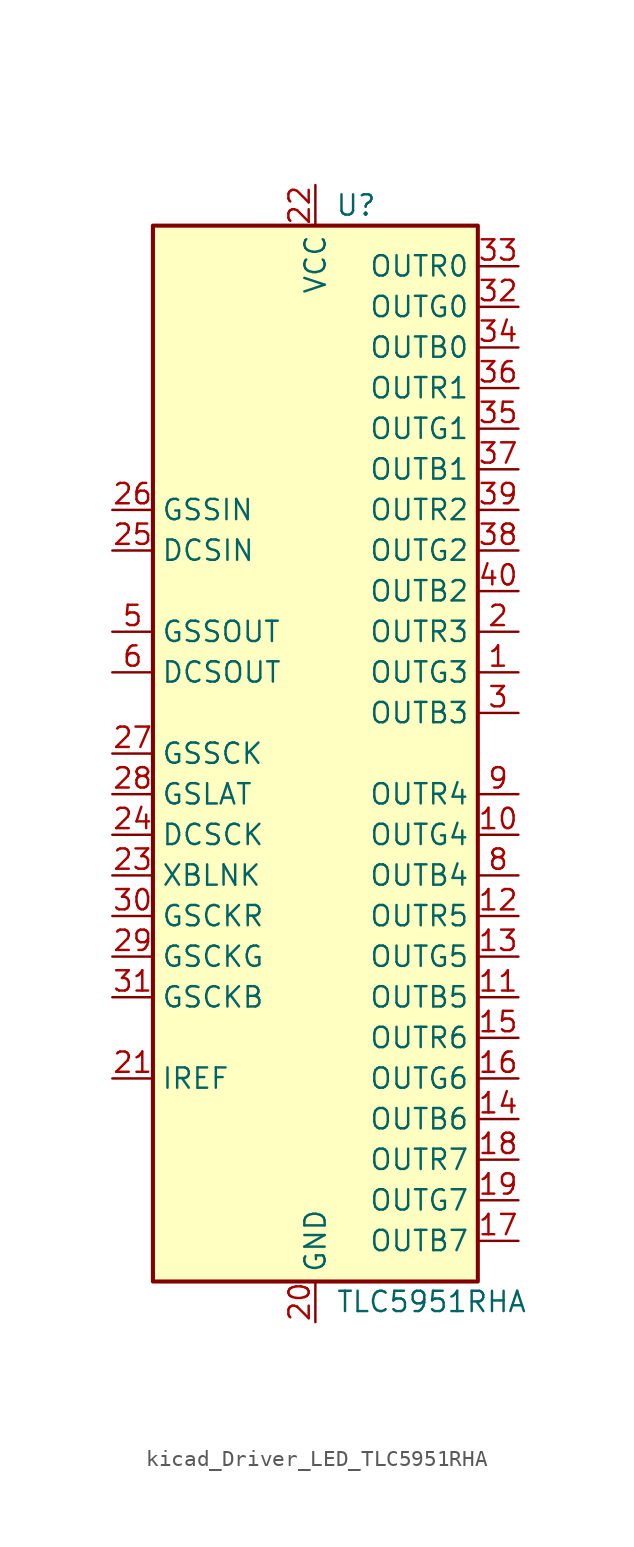
<source format=kicad_sym>
(kicad_symbol_lib
  (version 20220914)
  (generator kicad_symbol_editor)
  (symbol "kicad_Driver_LED_TLC5951RHA"
    (property "Reference" "U"
      (at 2.54 34.29 0)
      (effects (font (size 1.27 1.27))))
    (property "Value" "TLC5951RHA"
      (at 1.27 -34.29 0)
      (effects (font (size 1.27 1.27)) (justify left)))
    (symbol "kicad_Driver_LED_TLC5951RHA_0_1"
      (rectangle (start -10.16 33.02) (end 10.16 -33.02) (stroke (width 0.254) (type default)) (fill (type background)))
      (pin open_collector line (at 12.7 5.08 180) (length 2.54) (name "OUTG3" (effects (font (size 1.27 1.27)))) (number "1" (effects (font (size 1.27 1.27)))))
      (pin open_collector line (at 12.7 -5.08 180) (length 2.54) (name "OUTG4" (effects (font (size 1.27 1.27)))) (number "10" (effects (font (size 1.27 1.27)))))
      (pin open_collector line (at 12.7 -15.24 180) (length 2.54) (name "OUTB5" (effects (font (size 1.27 1.27)))) (number "11" (effects (font (size 1.27 1.27)))))
      (pin open_collector line (at 12.7 -10.16 180) (length 2.54) (name "OUTR5" (effects (font (size 1.27 1.27)))) (number "12" (effects (font (size 1.27 1.27)))))
      (pin open_collector line (at 12.7 -12.7 180) (length 2.54) (name "OUTG5" (effects (font (size 1.27 1.27)))) (number "13" (effects (font (size 1.27 1.27)))))
      (pin open_collector line (at 12.7 -22.86 180) (length 2.54) (name "OUTB6" (effects (font (size 1.27 1.27)))) (number "14" (effects (font (size 1.27 1.27)))))
      (pin open_collector line (at 12.7 -17.78 180) (length 2.54) (name "OUTR6" (effects (font (size 1.27 1.27)))) (number "15" (effects (font (size 1.27 1.27)))))
      (pin open_collector line (at 12.7 -20.32 180) (length 2.54) (name "OUTG6" (effects (font (size 1.27 1.27)))) (number "16" (effects (font (size 1.27 1.27)))))
      (pin open_collector line (at 12.7 -30.48 180) (length 2.54) (name "OUTB7" (effects (font (size 1.27 1.27)))) (number "17" (effects (font (size 1.27 1.27)))))
      (pin open_collector line (at 12.7 -25.4 180) (length 2.54) (name "OUTR7" (effects (font (size 1.27 1.27)))) (number "18" (effects (font (size 1.27 1.27)))))
      (pin open_collector line (at 12.7 -27.94 180) (length 2.54) (name "OUTG7" (effects (font (size 1.27 1.27)))) (number "19" (effects (font (size 1.27 1.27)))))
      (pin open_collector line (at 12.7 7.62 180) (length 2.54) (name "OUTR3" (effects (font (size 1.27 1.27)))) (number "2" (effects (font (size 1.27 1.27)))))
      (pin power_in line (at 0 -35.56 90) (length 2.54) (name "GND" (effects (font (size 1.27 1.27)))) (number "20" (effects (font (size 1.27 1.27)))))
      (pin passive line (at -12.7 -20.32 0) (length 2.54) (name "IREF" (effects (font (size 1.27 1.27)))) (number "21" (effects (font (size 1.27 1.27)))))
      (pin power_in line (at 0 35.56 270) (length 2.54) (name "VCC" (effects (font (size 1.27 1.27)))) (number "22" (effects (font (size 1.27 1.27)))))
      (pin input line (at -12.7 -7.62 0) (length 2.54) (name "XBLNK" (effects (font (size 1.27 1.27)))) (number "23" (effects (font (size 1.27 1.27)))))
      (pin input line (at -12.7 -5.08 0) (length 2.54) (name "DCSCK" (effects (font (size 1.27 1.27)))) (number "24" (effects (font (size 1.27 1.27)))))
      (pin input line (at -12.7 12.7 0) (length 2.54) (name "DCSIN" (effects (font (size 1.27 1.27)))) (number "25" (effects (font (size 1.27 1.27)))))
      (pin input line (at -12.7 15.24 0) (length 2.54) (name "GSSIN" (effects (font (size 1.27 1.27)))) (number "26" (effects (font (size 1.27 1.27)))))
      (pin input line (at -12.7 0 0) (length 2.54) (name "GSSCK" (effects (font (size 1.27 1.27)))) (number "27" (effects (font (size 1.27 1.27)))))
      (pin input line (at -12.7 -2.54 0) (length 2.54) (name "GSLAT" (effects (font (size 1.27 1.27)))) (number "28" (effects (font (size 1.27 1.27)))))
      (pin input line (at -12.7 -12.7 0) (length 2.54) (name "GSCKG" (effects (font (size 1.27 1.27)))) (number "29" (effects (font (size 1.27 1.27)))))
      (pin open_collector line (at 12.7 2.54 180) (length 2.54) (name "OUTB3" (effects (font (size 1.27 1.27)))) (number "3" (effects (font (size 1.27 1.27)))))
      (pin input line (at -12.7 -10.16 0) (length 2.54) (name "GSCKR" (effects (font (size 1.27 1.27)))) (number "30" (effects (font (size 1.27 1.27)))))
      (pin input line (at -12.7 -15.24 0) (length 2.54) (name "GSCKB" (effects (font (size 1.27 1.27)))) (number "31" (effects (font (size 1.27 1.27)))))
      (pin open_collector line (at 12.7 27.94 180) (length 2.54) (name "OUTG0" (effects (font (size 1.27 1.27)))) (number "32" (effects (font (size 1.27 1.27)))))
      (pin open_collector line (at 12.7 30.48 180) (length 2.54) (name "OUTR0" (effects (font (size 1.27 1.27)))) (number "33" (effects (font (size 1.27 1.27)))))
      (pin open_collector line (at 12.7 25.4 180) (length 2.54) (name "OUTB0" (effects (font (size 1.27 1.27)))) (number "34" (effects (font (size 1.27 1.27)))))
      (pin open_collector line (at 12.7 20.32 180) (length 2.54) (name "OUTG1" (effects (font (size 1.27 1.27)))) (number "35" (effects (font (size 1.27 1.27)))))
      (pin open_collector line (at 12.7 22.86 180) (length 2.54) (name "OUTR1" (effects (font (size 1.27 1.27)))) (number "36" (effects (font (size 1.27 1.27)))))
      (pin open_collector line (at 12.7 17.78 180) (length 2.54) (name "OUTB1" (effects (font (size 1.27 1.27)))) (number "37" (effects (font (size 1.27 1.27)))))
      (pin open_collector line (at 12.7 12.7 180) (length 2.54) (name "OUTG2" (effects (font (size 1.27 1.27)))) (number "38" (effects (font (size 1.27 1.27)))))
      (pin open_collector line (at 12.7 15.24 180) (length 2.54) (name "OUTR2" (effects (font (size 1.27 1.27)))) (number "39" (effects (font (size 1.27 1.27)))))
      (pin no_connect line (at -10.16 -22.86 0) (length 2.54) hide (name "NC" (effects (font (size 1.27 1.27)))) (number "4" (effects (font (size 1.27 1.27)))))
      (pin open_collector line (at 12.7 10.16 180) (length 2.54) (name "OUTB2" (effects (font (size 1.27 1.27)))) (number "40" (effects (font (size 1.27 1.27)))))
      (pin passive line (at 0 -35.56 90) (length 2.54) hide (name "GND" (effects (font (size 1.27 1.27)))) (number "41" (effects (font (size 1.27 1.27)))))
      (pin no_connect line (at -10.16 -25.4 0) (length 2.54) hide (name "NC" (effects (font (size 1.27 1.27)))) (number "7" (effects (font (size 1.27 1.27)))))
      (pin open_collector line (at 12.7 -7.62 180) (length 2.54) (name "OUTB4" (effects (font (size 1.27 1.27)))) (number "8" (effects (font (size 1.27 1.27)))))
      (pin open_collector line (at 12.7 -2.54 180) (length 2.54) (name "OUTR4" (effects (font (size 1.27 1.27)))) (number "9" (effects (font (size 1.27 1.27))))))
    (symbol "kicad_Driver_LED_TLC5951RHA_1_1"
      (pin output line (at -12.7 7.62 0) (length 2.54) (name "GSSOUT" (effects (font (size 1.27 1.27)))) (number "5" (effects (font (size 1.27 1.27)))))
      (pin output line (at -12.7 5.08 0) (length 2.54) (name "DCSOUT" (effects (font (size 1.27 1.27)))) (number "6" (effects (font (size 1.27 1.27))))))))
</source>
